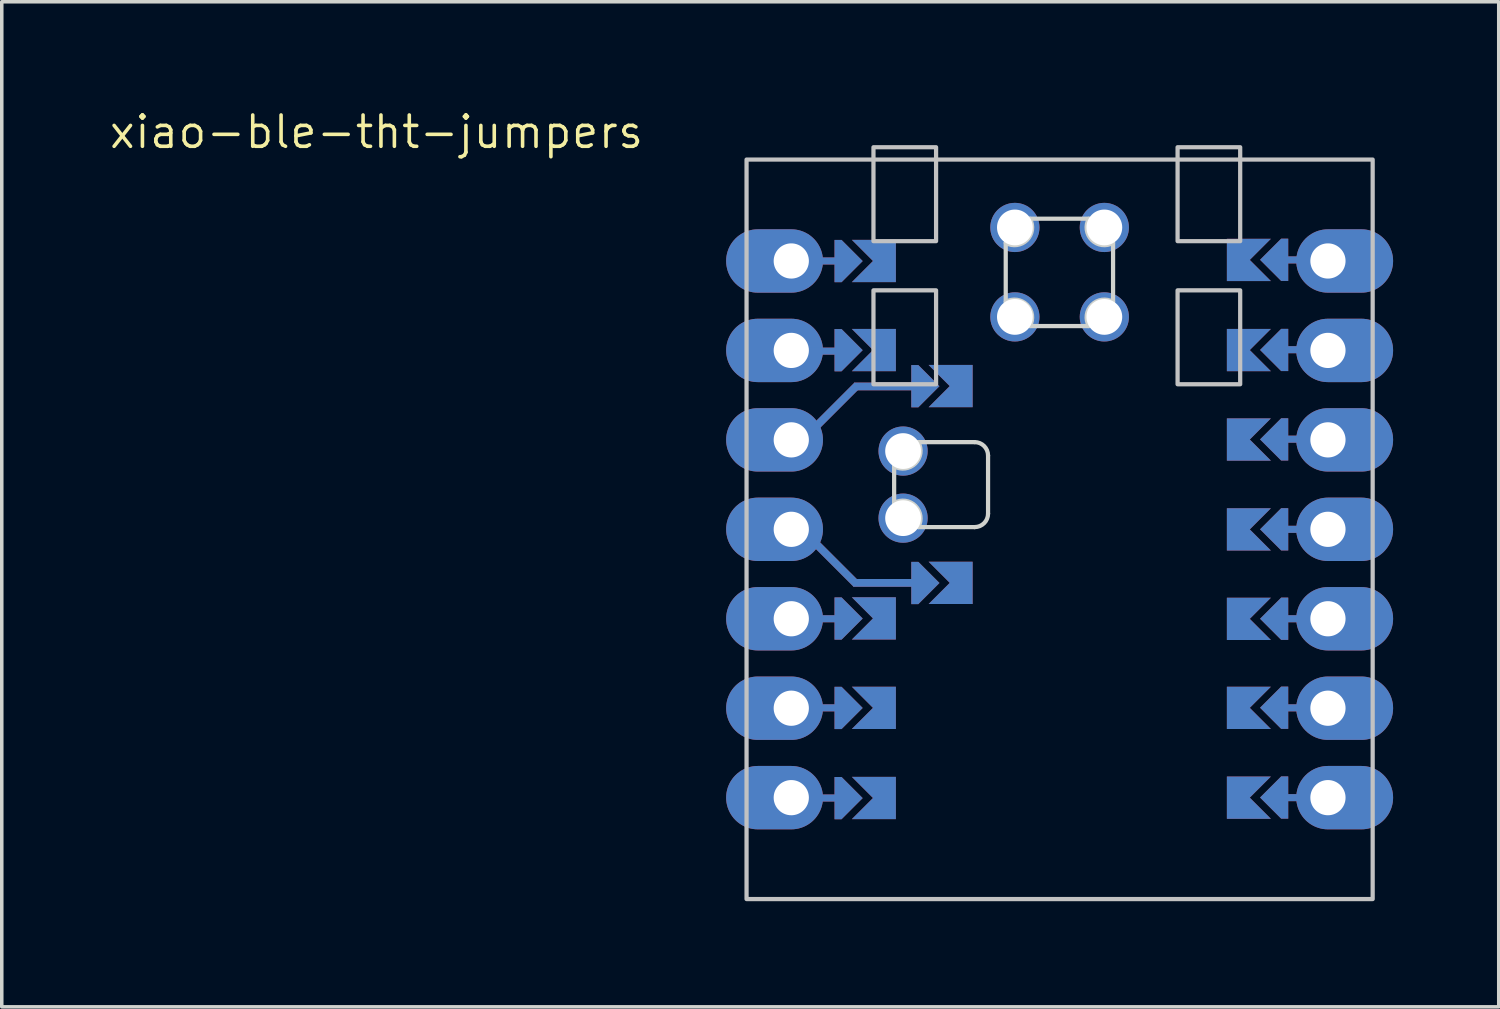
<source format=kicad_pcb>
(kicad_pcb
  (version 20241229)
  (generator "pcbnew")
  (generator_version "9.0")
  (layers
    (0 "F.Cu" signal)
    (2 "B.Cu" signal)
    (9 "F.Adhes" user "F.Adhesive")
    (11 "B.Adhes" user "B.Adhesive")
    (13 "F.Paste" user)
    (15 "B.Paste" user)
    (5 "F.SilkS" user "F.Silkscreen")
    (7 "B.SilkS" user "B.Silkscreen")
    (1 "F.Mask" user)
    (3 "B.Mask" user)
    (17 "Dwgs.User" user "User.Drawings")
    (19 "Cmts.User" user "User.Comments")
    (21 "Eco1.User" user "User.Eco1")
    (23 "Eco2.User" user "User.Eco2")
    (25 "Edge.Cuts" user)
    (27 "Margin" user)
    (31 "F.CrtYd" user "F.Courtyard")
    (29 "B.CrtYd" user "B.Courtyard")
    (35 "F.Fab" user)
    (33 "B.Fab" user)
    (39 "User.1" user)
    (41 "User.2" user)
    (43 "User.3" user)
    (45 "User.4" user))
  (footprint "xiao-ble-tht-jumpers"
    (layer "F.Cu")
    (at 27.04 11.981)
    (property "Reference" "xiao-ble-tht-jumpers" (at -19.399 -11.283 0) (layer "F.SilkS") (effects (font (size 0.889 0.889) (thickness 0.102))))
    (attr smd)
    (fp_rect (start -8.89 10.5) (end 8.89 -10.5) (stroke (width 0.12) (type solid)) (fill no) (layer "Dwgs.User"))
    (fp_rect (start -5.286 -6.786) (end -3.508 -4.119) (stroke (width 0.12) (type solid)) (fill no) (layer "Dwgs.User"))
    (fp_rect (start -3.508 -8.183) (end -5.286 -10.85) (stroke (width 0.12) (type solid)) (fill no) (layer "Dwgs.User"))
    (fp_rect (start 3.35 -10.85) (end 5.128 -8.183) (stroke (width 0.12) (type solid)) (fill no) (layer "Dwgs.User"))
    (fp_rect (start 3.35 -6.786) (end 5.128 -4.119) (stroke (width 0.12) (type solid)) (fill no) (layer "Dwgs.User"))
    (fp_line (start -4.699 -0.749) (end -4.699 -1.79) (stroke (width 0.12) (type solid)) (layer "Edge.Cuts"))
    (fp_line (start -4.013 -2.476) (end -2.413 -2.476) (stroke (width 0.12) (type solid)) (layer "Edge.Cuts"))
    (fp_line (start -2.413 -0.063) (end -4.013 -0.063) (stroke (width 0.12) (type solid)) (layer "Edge.Cuts"))
    (fp_line (start -2.032 -2.095) (end -2.032 -0.444) (stroke (width 0.12) (type solid)) (layer "Edge.Cuts"))
    (fp_line (start -1.53 -6.458) (end -1.53 -8.134) (stroke (width 0.12) (type solid)) (layer "Edge.Cuts"))
    (fp_line (start -0.844 -8.82) (end 0.832 -8.82) (stroke (width 0.12) (type solid)) (layer "Edge.Cuts"))
    (fp_line (start -0.844 -5.772) (end 0.832 -5.772) (stroke (width 0.12) (type solid)) (layer "Edge.Cuts"))
    (fp_line (start 1.518 -6.458) (end 1.518 -8.134) (stroke (width 0.12) (type solid)) (layer "Edge.Cuts"))
    (fp_arc (start -4.699 -0.7488) (mid -4.095391 -0.666609) (end -4.0132 -0.063) (stroke (width 0.12) (type solid)) (layer "Edge.Cuts"))
    (fp_arc (start -4.0132 -2.476) (mid -4.095391 -1.872391) (end -4.699 -1.7902) (stroke (width 0.12) (type solid)) (layer "Edge.Cuts"))
    (fp_arc (start -2.413 -2.476) (mid -2.143591 -2.364409) (end -2.032 -2.095) (stroke (width 0.12) (type solid)) (layer "Edge.Cuts"))
    (fp_arc (start -2.032 -0.444) (mid -2.143592 -0.174592) (end -2.413 -0.063) (stroke (width 0.12) (type solid)) (layer "Edge.Cuts"))
    (fp_arc (start -1.53025 -6.45755) (mid -0.926641 -6.375359) (end -0.84445 -5.77175) (stroke (width 0.12) (type solid)) (layer "Edge.Cuts"))
    (fp_arc (start -0.84445 -8.81975) (mid -0.926641 -8.216141) (end -1.53025 -8.13395) (stroke (width 0.12) (type solid)) (layer "Edge.Cuts"))
    (fp_arc (start 0.83195 -5.77175) (mid 0.914141 -6.375359) (end 1.51775 -6.45755) (stroke (width 0.12) (type solid)) (layer "Edge.Cuts"))
    (fp_arc (start 1.51775 -8.13395) (mid 0.914143 -8.216143) (end 0.83195 -8.81975) (stroke (width 0.12) (type solid)) (layer "Edge.Cuts"))
    (pad "" thru_hole oval (at -7.62 -7.62) (size 2.75 1.8) (drill 1 (offset -0.475 0)) (layers "*.Cu" "*.Mask"))
    (pad "" thru_hole oval (at -7.62 -5.08) (size 2.75 1.8) (drill 1 (offset -0.475 0)) (layers "*.Cu" "*.Mask"))
    (pad "" thru_hole oval (at -7.62 -2.54) (size 2.75 1.8) (drill 1 (offset -0.475 0)) (layers "*.Cu" "*.Mask"))
    (pad "" thru_hole oval (at -7.62 0) (size 2.75 1.8) (drill 1 (offset -0.475 0)) (layers "*.Cu" "*.Mask"))
    (pad "" thru_hole oval (at -7.62 2.54) (size 2.75 1.8) (drill 1 (offset -0.475 0)) (layers "*.Cu" "*.Mask"))
    (pad "" thru_hole oval (at -7.62 5.08) (size 2.75 1.8) (drill 1 (offset -0.475 0)) (layers "*.Cu" "*.Mask"))
    (pad "" thru_hole oval (at -7.62 7.62) (size 2.75 1.8) (drill 1 (offset -0.475 0)) (layers "*.Cu" "*.Mask"))
    (pad "" smd rect (at -6.69 -7.62) (size 1 0.2) (layers "F.Cu"))
    (pad "" smd rect (at -6.69 -7.62) (size 1 0.2) (layers "B.Cu"))
    (pad "" smd rect (at -6.69 -5.06) (size 1 0.2) (layers "F.Cu"))
    (pad "" smd rect (at -6.69 -5.06) (size 1 0.2) (layers "B.Cu"))
    (pad "" smd rect (at -6.69 2.54) (size 1 0.2) (layers "F.Cu"))
    (pad "" smd rect (at -6.69 2.54) (size 1 0.2) (layers "B.Cu"))
    (pad "" smd rect (at -6.69 5.07) (size 1 0.2) (layers "F.Cu"))
    (pad "" smd rect (at -6.69 5.07) (size 1 0.2) (layers "B.Cu"))
    (pad "" smd rect (at -6.69 7.63) (size 1 0.2) (layers "F.Cu"))
    (pad "" smd rect (at -6.69 7.63) (size 1 0.2) (layers "B.Cu"))
    (pad "" smd rect (at -6.405 0.921 315) (size 1.79 0.22) (layers "F.Cu"))
    (pad "" smd rect (at -6.405 0.921 315) (size 1.79 0.22) (layers "B.Cu"))
    (pad "" smd rect (at -6.38 -3.457 225) (size 1.79 0.22) (layers "F.Cu"))
    (pad "" smd rect (at -6.38 -3.457 225) (size 1.79 0.22) (layers "B.Cu"))
    (pad "" smd custom (at -5.992 -7.617 90) (size 0.1 0.1) (layers "F.Cu" "F.Mask") (options (anchor rect)) (primitives (gr_poly (pts (xy 0.6 -0.2) (xy 0 0.4) (xy -0.6 -0.2) (xy -0.6 -0.4) (xy 0.6 -0.4)) (width 0) (fill yes))))
    (pad "" smd custom (at -5.992 -7.617 90) (size 0.1 0.1) (layers "B.Cu" "B.Mask") (options (anchor rect)) (primitives (gr_poly (pts (xy 0.6 -0.2) (xy 0 0.4) (xy -0.6 -0.2) (xy -0.6 -0.4) (xy 0.6 -0.4)) (width 0) (fill yes))))
    (pad "" smd custom (at -5.992 -5.087 90) (size 0.1 0.1) (layers "F.Cu" "F.Mask") (options (anchor rect)) (primitives (gr_poly (pts (xy 0.6 -0.2) (xy 0 0.4) (xy -0.6 -0.2) (xy -0.6 -0.4) (xy 0.6 -0.4)) (width 0) (fill yes))))
    (pad "" smd custom (at -5.992 -5.087 90) (size 0.1 0.1) (layers "B.Cu" "B.Mask") (options (anchor rect)) (primitives (gr_poly (pts (xy 0.6 -0.2) (xy 0 0.4) (xy -0.6 -0.2) (xy -0.6 -0.4) (xy 0.6 -0.4)) (width 0) (fill yes))))
    (pad "" smd custom (at -5.992 2.533 90) (size 0.1 0.1) (layers "F.Cu" "F.Mask") (options (anchor rect)) (primitives (gr_poly (pts (xy 0.6 -0.2) (xy 0 0.4) (xy -0.6 -0.2) (xy -0.6 -0.4) (xy 0.6 -0.4)) (width 0) (fill yes))))
    (pad "" smd custom (at -5.992 2.533 90) (size 0.1 0.1) (layers "B.Cu" "B.Mask") (options (anchor rect)) (primitives (gr_poly (pts (xy 0.6 -0.2) (xy 0 0.4) (xy -0.6 -0.2) (xy -0.6 -0.4) (xy 0.6 -0.4)) (width 0) (fill yes))))
    (pad "" smd custom (at -5.992 5.073 90) (size 0.1 0.1) (layers "F.Cu" "F.Mask") (options (anchor rect)) (primitives (gr_poly (pts (xy 0.6 -0.2) (xy 0 0.4) (xy -0.6 -0.2) (xy -0.6 -0.4) (xy 0.6 -0.4)) (width 0) (fill yes))))
    (pad "" smd custom (at -5.992 5.073 90) (size 0.1 0.1) (layers "B.Cu" "B.Mask") (options (anchor rect)) (primitives (gr_poly (pts (xy 0.6 -0.2) (xy 0 0.4) (xy -0.6 -0.2) (xy -0.6 -0.4) (xy 0.6 -0.4)) (width 0) (fill yes))))
    (pad "" smd custom (at -5.992 7.633 90) (size 0.1 0.1) (layers "F.Cu" "F.Mask") (options (anchor rect)) (primitives (gr_poly (pts (xy 0.6 -0.2) (xy 0 0.4) (xy -0.6 -0.2) (xy -0.6 -0.4) (xy 0.6 -0.4)) (width 0) (fill yes))))
    (pad "" smd custom (at -5.992 7.633 90) (size 0.1 0.1) (layers "B.Cu" "B.Mask") (options (anchor rect)) (primitives (gr_poly (pts (xy 0.6 -0.2) (xy 0 0.4) (xy -0.6 -0.2) (xy -0.6 -0.4) (xy 0.6 -0.4)) (width 0) (fill yes))))
    (pad "" smd rect (at -4.93 1.521 180) (size 1.85 0.22) (layers "F.Cu"))
    (pad "" smd rect (at -4.93 1.521 180) (size 1.85 0.22) (layers "B.Cu"))
    (pad "" smd rect (at -4.905 -4.057) (size 1.85 0.22) (layers "F.Cu"))
    (pad "" smd rect (at -4.905 -4.057) (size 1.85 0.22) (layers "B.Cu"))
    (pad "" smd custom (at -3.812 -4.064 90) (size 0.1 0.1) (layers "F.Cu" "F.Mask") (options (anchor rect)) (primitives (gr_poly (pts (xy 0.6 -0.2) (xy 0 0.4) (xy -0.6 -0.2) (xy -0.6 -0.4) (xy 0.6 -0.4)) (width 0) (fill yes))))
    (pad "" smd custom (at -3.812 -4.064 90) (size 0.1 0.1) (layers "B.Cu" "B.Mask") (options (anchor rect)) (primitives (gr_poly (pts (xy 0.6 -0.2) (xy 0 0.4) (xy -0.6 -0.2) (xy -0.6 -0.4) (xy 0.6 -0.4)) (width 0) (fill yes))))
    (pad "" smd custom (at -3.812 1.524 90) (size 0.1 0.1) (layers "F.Cu" "F.Mask") (options (anchor rect)) (primitives (gr_poly (pts (xy 0.6 -0.2) (xy 0 0.4) (xy -0.6 -0.2) (xy -0.6 -0.4) (xy 0.6 -0.4)) (width 0) (fill yes))))
    (pad "" smd custom (at -3.812 1.524 90) (size 0.1 0.1) (layers "B.Cu" "B.Mask") (options (anchor rect)) (primitives (gr_poly (pts (xy 0.6 -0.2) (xy 0 0.4) (xy -0.6 -0.2) (xy -0.6 -0.4) (xy 0.6 -0.4)) (width 0) (fill yes))))
    (pad "" smd custom (at 6.092 -7.653 270) (size 0.1 0.1) (layers "F.Cu" "F.Mask") (options (anchor rect)) (primitives (gr_poly (pts (xy 0.6 -0.2) (xy 0 0.4) (xy -0.6 -0.2) (xy -0.6 -0.4) (xy 0.6 -0.4)) (width 0) (fill yes))))
    (pad "" smd custom (at 6.092 -7.653 270) (size 0.1 0.1) (layers "B.Cu" "B.Mask") (options (anchor rect)) (primitives (gr_poly (pts (xy 0.6 -0.2) (xy 0 0.4) (xy -0.6 -0.2) (xy -0.6 -0.4) (xy 0.6 -0.4)) (width 0) (fill yes))))
    (pad "" smd custom (at 6.092 -5.093 270) (size 0.1 0.1) (layers "F.Cu" "F.Mask") (options (anchor rect)) (primitives (gr_poly (pts (xy 0.6 -0.2) (xy 0 0.4) (xy -0.6 -0.2) (xy -0.6 -0.4) (xy 0.6 -0.4)) (width 0) (fill yes))))
    (pad "" smd custom (at 6.092 -5.093 270) (size 0.1 0.1) (layers "B.Cu" "B.Mask") (options (anchor rect)) (primitives (gr_poly (pts (xy 0.6 -0.2) (xy 0 0.4) (xy -0.6 -0.2) (xy -0.6 -0.4) (xy 0.6 -0.4)) (width 0) (fill yes))))
    (pad "" smd custom (at 6.092 -2.553 270) (size 0.1 0.1) (layers "F.Cu" "F.Mask") (options (anchor rect)) (primitives (gr_poly (pts (xy 0.6 -0.2) (xy 0 0.4) (xy -0.6 -0.2) (xy -0.6 -0.4) (xy 0.6 -0.4)) (width 0) (fill yes))))
    (pad "" smd custom (at 6.092 -2.553 270) (size 0.1 0.1) (layers "B.Cu" "B.Mask") (options (anchor rect)) (primitives (gr_poly (pts (xy 0.6 -0.2) (xy 0 0.4) (xy -0.6 -0.2) (xy -0.6 -0.4) (xy 0.6 -0.4)) (width 0) (fill yes))))
    (pad "" smd custom (at 6.092 0 270) (size 0.1 0.1) (layers "F.Cu" "F.Mask") (options (anchor rect)) (primitives (gr_poly (pts (xy 0.6 -0.2) (xy 0 0.4) (xy -0.6 -0.2) (xy -0.6 -0.4) (xy 0.6 -0.4)) (width 0) (fill yes))))
    (pad "" smd custom (at 6.092 0 270) (size 0.1 0.1) (layers "B.Cu" "B.Mask") (options (anchor rect)) (primitives (gr_poly (pts (xy 0.6 -0.2) (xy 0 0.4) (xy -0.6 -0.2) (xy -0.6 -0.4) (xy 0.6 -0.4)) (width 0) (fill yes))))
    (pad "" smd custom (at 6.092 2.54 270) (size 0.1 0.1) (layers "F.Cu" "F.Mask") (options (anchor rect)) (primitives (gr_poly (pts (xy 0.6 -0.2) (xy 0 0.4) (xy -0.6 -0.2) (xy -0.6 -0.4) (xy 0.6 -0.4)) (width 0) (fill yes))))
    (pad "" smd custom (at 6.092 2.54 270) (size 0.1 0.1) (layers "B.Cu" "B.Mask") (options (anchor rect)) (primitives (gr_poly (pts (xy 0.6 -0.2) (xy 0 0.4) (xy -0.6 -0.2) (xy -0.6 -0.4) (xy 0.6 -0.4)) (width 0) (fill yes))))
    (pad "" smd custom (at 6.092 5.067 270) (size 0.1 0.1) (layers "F.Cu" "F.Mask") (options (anchor rect)) (primitives (gr_poly (pts (xy 0.6 -0.2) (xy 0 0.4) (xy -0.6 -0.2) (xy -0.6 -0.4) (xy 0.6 -0.4)) (width 0) (fill yes))))
    (pad "" smd custom (at 6.092 5.067 270) (size 0.1 0.1) (layers "B.Cu" "B.Mask") (options (anchor rect)) (primitives (gr_poly (pts (xy 0.6 -0.2) (xy 0 0.4) (xy -0.6 -0.2) (xy -0.6 -0.4) (xy 0.6 -0.4)) (width 0) (fill yes))))
    (pad "" smd custom (at 6.092 7.617 270) (size 0.1 0.1) (layers "F.Cu" "F.Mask") (options (anchor rect)) (primitives (gr_poly (pts (xy 0.6 -0.2) (xy 0 0.4) (xy -0.6 -0.2) (xy -0.6 -0.4) (xy 0.6 -0.4)) (width 0) (fill yes))))
    (pad "" smd custom (at 6.092 7.617 270) (size 0.1 0.1) (layers "B.Cu" "B.Mask") (options (anchor rect)) (primitives (gr_poly (pts (xy 0.6 -0.2) (xy 0 0.4) (xy -0.6 -0.2) (xy -0.6 -0.4) (xy 0.6 -0.4)) (width 0) (fill yes))))
    (pad "" smd rect (at 6.68 -7.65) (size 1 0.2) (layers "F.Cu"))
    (pad "" smd rect (at 6.68 -7.65) (size 1 0.2) (layers "B.Cu"))
    (pad "" smd rect (at 6.68 -5.1) (size 1 0.2) (layers "F.Cu"))
    (pad "" smd rect (at 6.68 -5.1) (size 1 0.2) (layers "B.Cu"))
    (pad "" smd rect (at 6.68 -2.56) (size 1 0.2) (layers "F.Cu"))
    (pad "" smd rect (at 6.68 -2.56) (size 1 0.2) (layers "B.Cu"))
    (pad "" smd rect (at 6.68 0) (size 1 0.2) (layers "F.Cu"))
    (pad "" smd rect (at 6.68 0) (size 1 0.2) (layers "B.Cu"))
    (pad "" smd rect (at 6.68 2.54) (size 1 0.2) (layers "F.Cu"))
    (pad "" smd rect (at 6.68 2.54) (size 1 0.2) (layers "B.Cu"))
    (pad "" smd rect (at 6.68 5.07) (size 1 0.2) (layers "F.Cu"))
    (pad "" smd rect (at 6.68 5.07) (size 1 0.2) (layers "B.Cu"))
    (pad "" smd rect (at 6.68 7.62) (size 1 0.2) (layers "F.Cu"))
    (pad "" smd rect (at 6.68 7.62) (size 1 0.2) (layers "B.Cu"))
    (pad "" thru_hole oval (at 7.62 -7.62 180) (size 2.75 1.8) (drill 1 (offset -0.475 0)) (layers "*.Cu" "*.Mask"))
    (pad "" thru_hole oval (at 7.62 -5.08 180) (size 2.75 1.8) (drill 1 (offset -0.475 0)) (layers "*.Cu" "*.Mask"))
    (pad "" thru_hole oval (at 7.62 -2.54 180) (size 2.75 1.8) (drill 1 (offset -0.475 0)) (layers "*.Cu" "*.Mask"))
    (pad "" thru_hole oval (at 7.62 0 180) (size 2.75 1.8) (drill 1 (offset -0.475 0)) (layers "*.Cu" "*.Mask"))
    (pad "" thru_hole oval (at 7.62 2.54 180) (size 2.75 1.8) (drill 1 (offset -0.475 0)) (layers "*.Cu" "*.Mask"))
    (pad "" thru_hole oval (at 7.62 5.08 180) (size 2.75 1.8) (drill 1 (offset -0.475 0)) (layers "*.Cu" "*.Mask"))
    (pad "" thru_hole oval (at 7.62 7.62 180) (size 2.75 1.8) (drill 1 (offset -0.475 0)) (layers "*.Cu" "*.Mask"))
    (pad "1" smd custom (at -4.9 -7.62 90) (size 1.2 0.5) (layers "F.Cu" "F.Mask") (options (anchor rect)) (primitives (gr_poly (pts (xy 0.6 0) (xy -0.6 0) (xy -0.6 -1) (xy 0 -0.4) (xy 0.6 -1)) (width 0) (fill yes))))
    (pad "1" smd custom (at 5 -7.65 270) (size 1.2 0.5) (layers "B.Cu" "B.Mask") (options (anchor rect)) (primitives (gr_poly (pts (xy 0.6 0) (xy -0.6 0) (xy -0.6 -1) (xy 0 -0.4) (xy 0.6 -1)) (width 0) (fill yes))))
    (pad "2" smd custom (at -4.9 -5.09 90) (size 1.2 0.5) (layers "F.Cu" "F.Mask") (options (anchor rect)) (primitives (gr_poly (pts (xy 0.6 0) (xy -0.6 0) (xy -0.6 -1) (xy 0 -0.4) (xy 0.6 -1)) (width 0) (fill yes))))
    (pad "2" smd custom (at 5 -5.09 270) (size 1.2 0.5) (layers "B.Cu" "B.Mask") (options (anchor rect)) (primitives (gr_poly (pts (xy 0.6 0) (xy -0.6 0) (xy -0.6 -1) (xy 0 -0.4) (xy 0.6 -1)) (width 0) (fill yes))))
    (pad "3" smd custom (at -2.72 -4.067 90) (size 1.2 0.5) (layers "F.Cu" "F.Mask") (options (anchor rect)) (primitives (gr_poly (pts (xy 0.6 0) (xy -0.6 0) (xy -0.6 -1) (xy 0 -0.4) (xy 0.6 -1)) (width 0) (fill yes))))
    (pad "3" smd custom (at 5 -2.55 270) (size 1.2 0.5) (layers "B.Cu" "B.Mask") (options (anchor rect)) (primitives (gr_poly (pts (xy 0.6 0) (xy -0.6 0) (xy -0.6 -1) (xy 0 -0.4) (xy 0.6 -1)) (width 0) (fill yes))))
    (pad "4" smd custom (at -2.72 1.521 90) (size 1.2 0.5) (layers "F.Cu" "F.Mask") (options (anchor rect)) (primitives (gr_poly (pts (xy 0.6 0) (xy -0.6 0) (xy -0.6 -1) (xy 0 -0.4) (xy 0.6 -1)) (width 0) (fill yes))))
    (pad "4" smd custom (at 5 0.003 270) (size 1.2 0.5) (layers "B.Cu" "B.Mask") (options (anchor rect)) (primitives (gr_poly (pts (xy 0.6 0) (xy -0.6 0) (xy -0.6 -1) (xy 0 -0.4) (xy 0.6 -1)) (width 0) (fill yes))))
    (pad "5" smd custom (at -4.9 2.53 90) (size 1.2 0.5) (layers "F.Cu" "F.Mask") (options (anchor rect)) (primitives (gr_poly (pts (xy 0.6 0) (xy -0.6 0) (xy -0.6 -1) (xy 0 -0.4) (xy 0.6 -1)) (width 0) (fill yes))))
    (pad "5" smd custom (at 5 2.543 270) (size 1.2 0.5) (layers "B.Cu" "B.Mask") (options (anchor rect)) (primitives (gr_poly (pts (xy 0.6 0) (xy -0.6 0) (xy -0.6 -1) (xy 0 -0.4) (xy 0.6 -1)) (width 0) (fill yes))))
    (pad "6" smd custom (at -4.9 5.07 90) (size 1.2 0.5) (layers "F.Cu" "F.Mask") (options (anchor rect)) (primitives (gr_poly (pts (xy 0.6 0) (xy -0.6 0) (xy -0.6 -1) (xy 0 -0.4) (xy 0.6 -1)) (width 0) (fill yes))))
    (pad "6" smd custom (at 5 5.07 270) (size 1.2 0.5) (layers "B.Cu" "B.Mask") (options (anchor rect)) (primitives (gr_poly (pts (xy 0.6 0) (xy -0.6 0) (xy -0.6 -1) (xy 0 -0.4) (xy 0.6 -1)) (width 0) (fill yes))))
    (pad "7" smd custom (at -4.9 7.63 90) (size 1.2 0.5) (layers "F.Cu" "F.Mask") (options (anchor rect)) (primitives (gr_poly (pts (xy 0.6 0) (xy -0.6 0) (xy -0.6 -1) (xy 0 -0.4) (xy 0.6 -1)) (width 0) (fill yes))))
    (pad "7" smd custom (at 5 7.62 270) (size 1.2 0.5) (layers "B.Cu" "B.Mask") (options (anchor rect)) (primitives (gr_poly (pts (xy 0.6 0) (xy -0.6 0) (xy -0.6 -1) (xy 0 -0.4) (xy 0.6 -1)) (width 0) (fill yes))))
    (pad "8" smd custom (at -4.9 7.63 90) (size 1.2 0.5) (layers "B.Cu" "B.Mask") (options (anchor rect)) (primitives (gr_poly (pts (xy 0.6 0) (xy -0.6 0) (xy -0.6 -1) (xy 0 -0.4) (xy 0.6 -1)) (width 0) (fill yes))))
    (pad "8" smd custom (at 5 7.62 270) (size 1.2 0.5) (layers "F.Cu" "F.Mask") (options (anchor rect)) (primitives (gr_poly (pts (xy 0.6 0) (xy -0.6 0) (xy -0.6 -1) (xy 0 -0.4) (xy 0.6 -1)) (width 0) (fill yes))))
    (pad "9" smd custom (at -4.9 5.07 90) (size 1.2 0.5) (layers "B.Cu" "B.Mask") (options (anchor rect)) (primitives (gr_poly (pts (xy 0.6 0) (xy -0.6 0) (xy -0.6 -1) (xy 0 -0.4) (xy 0.6 -1)) (width 0) (fill yes))))
    (pad "9" smd custom (at 5 5.07 270) (size 1.2 0.5) (layers "F.Cu" "F.Mask") (options (anchor rect)) (primitives (gr_poly (pts (xy 0.6 0) (xy -0.6 0) (xy -0.6 -1) (xy 0 -0.4) (xy 0.6 -1)) (width 0) (fill yes))))
    (pad "10" smd custom (at -4.9 2.53 90) (size 1.2 0.5) (layers "B.Cu" "B.Mask") (options (anchor rect)) (primitives (gr_poly (pts (xy 0.6 0) (xy -0.6 0) (xy -0.6 -1) (xy 0 -0.4) (xy 0.6 -1)) (width 0) (fill yes))))
    (pad "10" smd custom (at 5 2.543 270) (size 1.2 0.5) (layers "F.Cu" "F.Mask") (options (anchor rect)) (primitives (gr_poly (pts (xy 0.6 0) (xy -0.6 0) (xy -0.6 -1) (xy 0 -0.4) (xy 0.6 -1)) (width 0) (fill yes))))
    (pad "11" smd custom (at -2.72 1.521 90) (size 1.2 0.5) (layers "B.Cu" "B.Mask") (options (anchor rect)) (primitives (gr_poly (pts (xy 0.6 0) (xy -0.6 0) (xy -0.6 -1) (xy 0 -0.4) (xy 0.6 -1)) (width 0) (fill yes))))
    (pad "11" smd custom (at 5 0.003 270) (size 1.2 0.5) (layers "F.Cu" "F.Mask") (options (anchor rect)) (primitives (gr_poly (pts (xy 0.6 0) (xy -0.6 0) (xy -0.6 -1) (xy 0 -0.4) (xy 0.6 -1)) (width 0) (fill yes))))
    (pad "12" smd custom (at -2.72 -4.067 90) (size 1.2 0.5) (layers "B.Cu" "B.Mask") (options (anchor rect)) (primitives (gr_poly (pts (xy 0.6 0) (xy -0.6 0) (xy -0.6 -1) (xy 0 -0.4) (xy 0.6 -1)) (width 0) (fill yes))))
    (pad "12" smd custom (at 5 -2.55 270) (size 1.2 0.5) (layers "F.Cu" "F.Mask") (options (anchor rect)) (primitives (gr_poly (pts (xy 0.6 0) (xy -0.6 0) (xy -0.6 -1) (xy 0 -0.4) (xy 0.6 -1)) (width 0) (fill yes))))
    (pad "13" smd custom (at -4.9 -5.09 90) (size 1.2 0.5) (layers "B.Cu" "B.Mask") (options (anchor rect)) (primitives (gr_poly (pts (xy 0.6 0) (xy -0.6 0) (xy -0.6 -1) (xy 0 -0.4) (xy 0.6 -1)) (width 0) (fill yes))))
    (pad "13" smd custom (at 5 -5.09 270) (size 1.2 0.5) (layers "F.Cu" "F.Mask") (options (anchor rect)) (primitives (gr_poly (pts (xy 0.6 0) (xy -0.6 0) (xy -0.6 -1) (xy 0 -0.4) (xy 0.6 -1)) (width 0) (fill yes))))
    (pad "14" smd custom (at -4.9 -7.62 90) (size 1.2 0.5) (layers "B.Cu" "B.Mask") (options (anchor rect)) (primitives (gr_poly (pts (xy 0.6 0) (xy -0.6 0) (xy -0.6 -1) (xy 0 -0.4) (xy 0.6 -1)) (width 0) (fill yes))))
    (pad "14" smd custom (at 5 -7.65 270) (size 1.2 0.5) (layers "F.Cu" "F.Mask") (options (anchor rect)) (primitives (gr_poly (pts (xy 0.6 0) (xy -0.6 0) (xy -0.6 -1) (xy 0 -0.4) (xy 0.6 -1)) (width 0) (fill yes))))
    (pad "15" thru_hole circle (at -1.27 -8.572 90) (size 1.397 1.397) (drill 1.016) (layers "*.Cu" "*.Mask"))
    (pad "16" thru_hole circle (at 1.27 -8.572 90) (size 1.397 1.397) (drill 1.016) (layers "*.Cu" "*.Mask"))
    (pad "17" thru_hole circle (at -1.27 -6.032 90) (size 1.397 1.397) (drill 1.016) (layers "*.Cu" "*.Mask"))
    (pad "18" thru_hole circle (at 1.27 -6.032 90) (size 1.397 1.397) (drill 1.016) (layers "*.Cu" "*.Mask"))
    (pad "19" thru_hole circle (at -4.445 -0.317 180) (size 1.397 1.397) (drill 1.016) (layers "*.Cu" "*.Mask"))
    (pad "20" thru_hole circle (at -4.445 -2.222 180) (size 1.397 1.397) (drill 1.016) (layers "*.Cu" "*.Mask")))
  (gr_rect
    (start -3 -3)
    (end 39.51 25.541)
    (stroke (width 0.1) (type default))
    (fill no)
    (layer "Edge.Cuts")))
</source>
